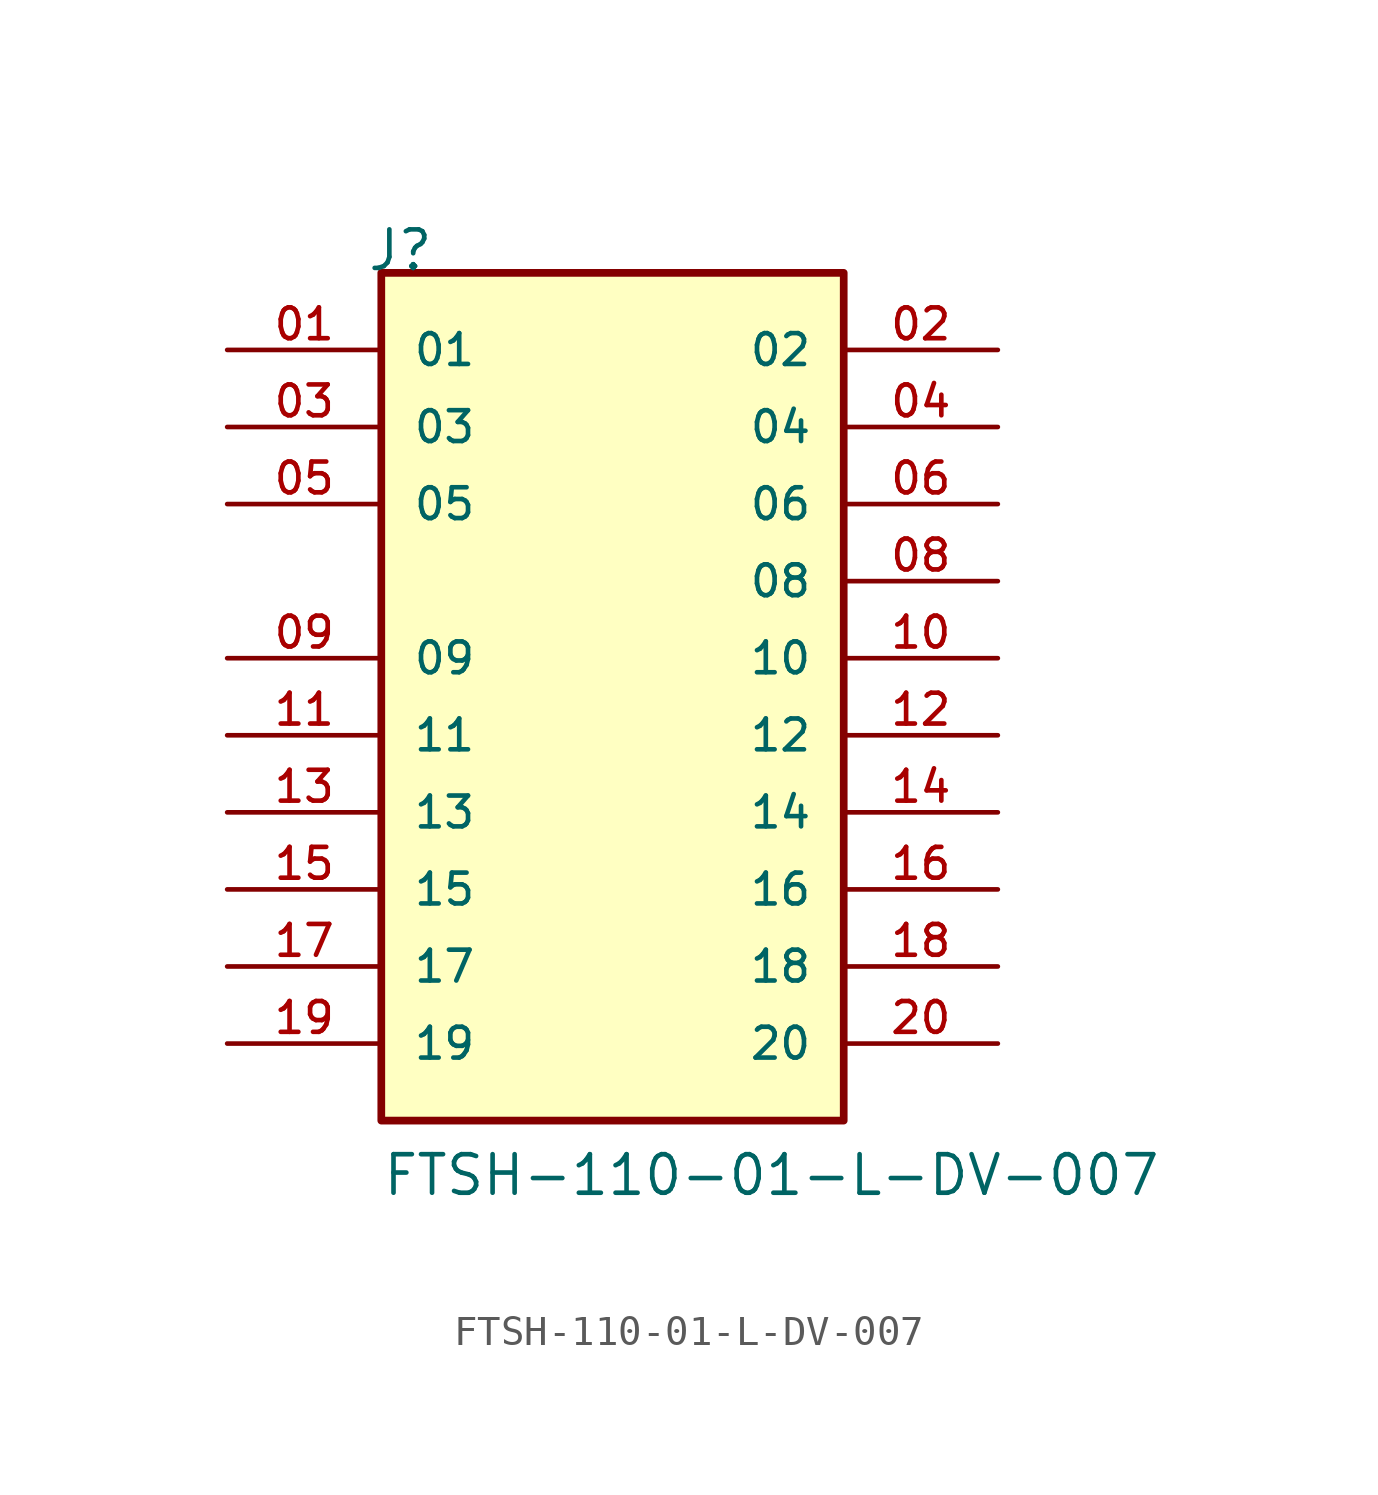
<source format=kicad_sym>
(kicad_symbol_lib
  (version 20220914)
  (generator kicad_symbol_editor)
  (symbol "FTSH-110-01-L-DV-007"
    (pin_names
      (offset 1.016))
    (property "Reference" "J"
      (at -8.12 15.24 0)
      (effects (font (size 1.27 1.27)) (justify left bottom)))
    (property "Value" "FTSH-110-01-L-DV-007"
      (at -7.62 -15.24 0)
      (effects (font (size 1.27 1.27)) (justify left bottom)))
    (symbol "FTSH-110-01-L-DV-007_0_0"
      (rectangle (start -7.62 -12.7) (end 7.62 15.24) (stroke (width 0.254) (type default)) (fill (type background)))
      (pin passive line (at -12.7 12.7 0) (length 5.08) (name "01" (effects (font (size 1.016 1.016)))) (number "01" (effects (font (size 1.016 1.016)))))
      (pin passive line (at 12.7 12.7 180) (length 5.08) (name "02" (effects (font (size 1.016 1.016)))) (number "02" (effects (font (size 1.016 1.016)))))
      (pin passive line (at -12.7 10.16 0) (length 5.08) (name "03" (effects (font (size 1.016 1.016)))) (number "03" (effects (font (size 1.016 1.016)))))
      (pin passive line (at 12.7 10.16 180) (length 5.08) (name "04" (effects (font (size 1.016 1.016)))) (number "04" (effects (font (size 1.016 1.016)))))
      (pin passive line (at -12.7 7.62 0) (length 5.08) (name "05" (effects (font (size 1.016 1.016)))) (number "05" (effects (font (size 1.016 1.016)))))
      (pin passive line (at 12.7 7.62 180) (length 5.08) (name "06" (effects (font (size 1.016 1.016)))) (number "06" (effects (font (size 1.016 1.016)))))
      (pin passive line (at 12.7 5.08 180) (length 5.08) (name "08" (effects (font (size 1.016 1.016)))) (number "08" (effects (font (size 1.016 1.016)))))
      (pin passive line (at -12.7 2.54 0) (length 5.08) (name "09" (effects (font (size 1.016 1.016)))) (number "09" (effects (font (size 1.016 1.016)))))
      (pin passive line (at 12.7 2.54 180) (length 5.08) (name "10" (effects (font (size 1.016 1.016)))) (number "10" (effects (font (size 1.016 1.016)))))
      (pin passive line (at -12.7 0 0) (length 5.08) (name "11" (effects (font (size 1.016 1.016)))) (number "11" (effects (font (size 1.016 1.016)))))
      (pin passive line (at 12.7 0 180) (length 5.08) (name "12" (effects (font (size 1.016 1.016)))) (number "12" (effects (font (size 1.016 1.016)))))
      (pin passive line (at -12.7 -2.54 0) (length 5.08) (name "13" (effects (font (size 1.016 1.016)))) (number "13" (effects (font (size 1.016 1.016)))))
      (pin passive line (at 12.7 -2.54 180) (length 5.08) (name "14" (effects (font (size 1.016 1.016)))) (number "14" (effects (font (size 1.016 1.016)))))
      (pin passive line (at -12.7 -5.08 0) (length 5.08) (name "15" (effects (font (size 1.016 1.016)))) (number "15" (effects (font (size 1.016 1.016)))))
      (pin passive line (at 12.7 -5.08 180) (length 5.08) (name "16" (effects (font (size 1.016 1.016)))) (number "16" (effects (font (size 1.016 1.016)))))
      (pin passive line (at -12.7 -7.62 0) (length 5.08) (name "17" (effects (font (size 1.016 1.016)))) (number "17" (effects (font (size 1.016 1.016)))))
      (pin passive line (at 12.7 -7.62 180) (length 5.08) (name "18" (effects (font (size 1.016 1.016)))) (number "18" (effects (font (size 1.016 1.016)))))
      (pin passive line (at -12.7 -10.16 0) (length 5.08) (name "19" (effects (font (size 1.016 1.016)))) (number "19" (effects (font (size 1.016 1.016)))))
      (pin passive line (at 12.7 -10.16 180) (length 5.08) (name "20" (effects (font (size 1.016 1.016)))) (number "20" (effects (font (size 1.016 1.016))))))))
</source>
